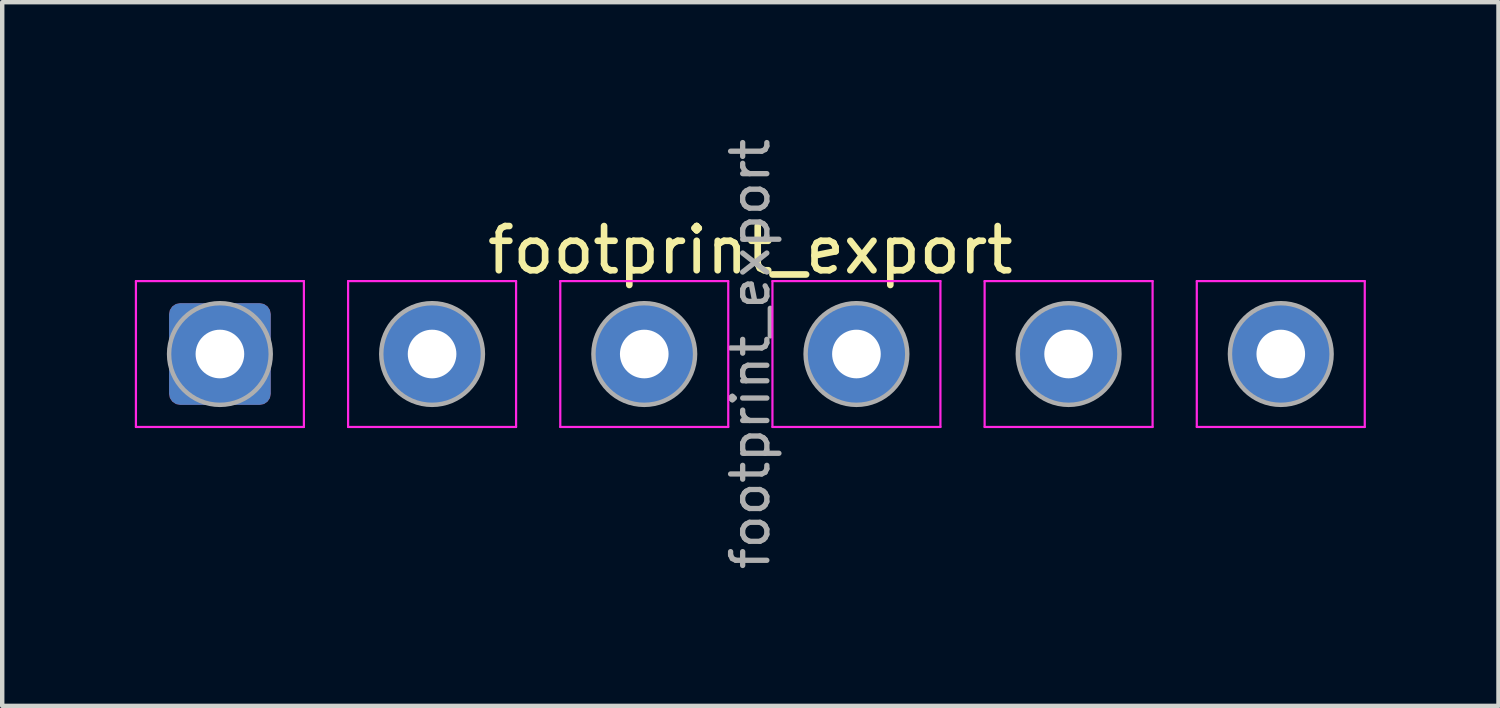
<source format=kicad_pcb>
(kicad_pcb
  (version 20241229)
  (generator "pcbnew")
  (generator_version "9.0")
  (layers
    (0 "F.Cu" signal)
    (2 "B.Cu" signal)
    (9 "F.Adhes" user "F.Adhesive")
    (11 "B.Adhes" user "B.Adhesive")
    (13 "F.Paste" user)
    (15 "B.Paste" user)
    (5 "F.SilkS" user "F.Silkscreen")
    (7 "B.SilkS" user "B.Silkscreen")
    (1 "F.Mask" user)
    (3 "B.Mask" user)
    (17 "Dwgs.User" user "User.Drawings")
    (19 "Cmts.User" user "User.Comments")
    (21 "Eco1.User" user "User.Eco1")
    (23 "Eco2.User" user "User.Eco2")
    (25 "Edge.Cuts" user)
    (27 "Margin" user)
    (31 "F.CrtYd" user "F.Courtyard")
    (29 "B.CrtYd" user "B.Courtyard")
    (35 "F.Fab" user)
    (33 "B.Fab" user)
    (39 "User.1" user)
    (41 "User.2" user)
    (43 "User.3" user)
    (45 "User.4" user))
  (footprint "footprint_export"
    (layer "F.Cu")
    (at 1.925 4.959)
    (property "Reference" "footprint_export" (at 12 -2.35 0) (layer "F.SilkS") (effects (font (size 1 1) (thickness 0.15))))
    (attr exclude_from_pos_files exclude_from_bom)
    (fp_line (start -1.9 -1.65) (end -1.9 1.65) (stroke (width 0.05) (type solid)) (layer "F.CrtYd"))
    (fp_line (start -1.9 1.65) (end 1.9 1.65) (stroke (width 0.05) (type solid)) (layer "F.CrtYd"))
    (fp_line (start 1.9 -1.65) (end -1.9 -1.65) (stroke (width 0.05) (type solid)) (layer "F.CrtYd"))
    (fp_line (start 1.9 1.65) (end 1.9 -1.65) (stroke (width 0.05) (type solid)) (layer "F.CrtYd"))
    (fp_line (start 2.9 -1.65) (end 2.9 1.65) (stroke (width 0.05) (type solid)) (layer "F.CrtYd"))
    (fp_line (start 2.9 1.65) (end 6.7 1.65) (stroke (width 0.05) (type solid)) (layer "F.CrtYd"))
    (fp_line (start 6.7 -1.65) (end 2.9 -1.65) (stroke (width 0.05) (type solid)) (layer "F.CrtYd"))
    (fp_line (start 6.7 1.65) (end 6.7 -1.65) (stroke (width 0.05) (type solid)) (layer "F.CrtYd"))
    (fp_line (start 7.7 -1.65) (end 7.7 1.65) (stroke (width 0.05) (type solid)) (layer "F.CrtYd"))
    (fp_line (start 7.7 1.65) (end 11.5 1.65) (stroke (width 0.05) (type solid)) (layer "F.CrtYd"))
    (fp_line (start 11.5 -1.65) (end 7.7 -1.65) (stroke (width 0.05) (type solid)) (layer "F.CrtYd"))
    (fp_line (start 11.5 1.65) (end 11.5 -1.65) (stroke (width 0.05) (type solid)) (layer "F.CrtYd"))
    (fp_line (start 12.5 -1.65) (end 12.5 1.65) (stroke (width 0.05) (type solid)) (layer "F.CrtYd"))
    (fp_line (start 12.5 1.65) (end 16.3 1.65) (stroke (width 0.05) (type solid)) (layer "F.CrtYd"))
    (fp_line (start 16.3 -1.65) (end 12.5 -1.65) (stroke (width 0.05) (type solid)) (layer "F.CrtYd"))
    (fp_line (start 16.3 1.65) (end 16.3 -1.65) (stroke (width 0.05) (type solid)) (layer "F.CrtYd"))
    (fp_line (start 17.3 -1.65) (end 17.3 1.65) (stroke (width 0.05) (type solid)) (layer "F.CrtYd"))
    (fp_line (start 17.3 1.65) (end 21.1 1.65) (stroke (width 0.05) (type solid)) (layer "F.CrtYd"))
    (fp_line (start 21.1 -1.65) (end 17.3 -1.65) (stroke (width 0.05) (type solid)) (layer "F.CrtYd"))
    (fp_line (start 21.1 1.65) (end 21.1 -1.65) (stroke (width 0.05) (type solid)) (layer "F.CrtYd"))
    (fp_line (start 22.1 -1.65) (end 22.1 1.65) (stroke (width 0.05) (type solid)) (layer "F.CrtYd"))
    (fp_line (start 22.1 1.65) (end 25.9 1.65) (stroke (width 0.05) (type solid)) (layer "F.CrtYd"))
    (fp_line (start 25.9 -1.65) (end 22.1 -1.65) (stroke (width 0.05) (type solid)) (layer "F.CrtYd"))
    (fp_line (start 25.9 1.65) (end 25.9 -1.65) (stroke (width 0.05) (type solid)) (layer "F.CrtYd"))
    (fp_circle (center 0 0) (end 1.15 0) (stroke (width 0.1) (type solid)) (fill no) (layer "F.Fab"))
    (fp_circle (center 4.8 0) (end 5.95 0) (stroke (width 0.1) (type solid)) (fill no) (layer "F.Fab"))
    (fp_circle (center 9.6 0) (end 10.75 0) (stroke (width 0.1) (type solid)) (fill no) (layer "F.Fab"))
    (fp_circle (center 14.4 0) (end 15.55 0) (stroke (width 0.1) (type solid)) (fill no) (layer "F.Fab"))
    (fp_circle (center 19.2 0) (end 20.35 0) (stroke (width 0.1) (type solid)) (fill no) (layer "F.Fab"))
    (fp_circle (center 24 0) (end 25.15 0) (stroke (width 0.1) (type solid)) (fill no) (layer "F.Fab"))
    (fp_text user "${REFERENCE}" (at 12 0 90) (layer "F.Fab") (effects (font (size 0.82 0.82) (thickness 0.12))))
    (pad "1" thru_hole roundrect (at 0 0) (size 2.3 2.3) (drill 1.1) (layers "*.Cu" "*.Mask") (roundrect_rratio 0.109))
    (pad "2" thru_hole circle (at 4.8 0) (size 2.3 2.3) (drill 1.1) (layers "*.Cu" "*.Mask"))
    (pad "3" thru_hole circle (at 9.6 0) (size 2.3 2.3) (drill 1.1) (layers "*.Cu" "*.Mask"))
    (pad "4" thru_hole circle (at 14.4 0) (size 2.3 2.3) (drill 1.1) (layers "*.Cu" "*.Mask"))
    (pad "5" thru_hole circle (at 19.2 0) (size 2.3 2.3) (drill 1.1) (layers "*.Cu" "*.Mask"))
    (pad "6" thru_hole circle (at 24 0) (size 2.3 2.3) (drill 1.1) (layers "*.Cu" "*.Mask")))
  (gr_rect
    (start -3 -3)
    (end 30.85 12.919)
    (stroke (width 0.1) (type default))
    (fill no)
    (layer "Edge.Cuts")))
</source>
